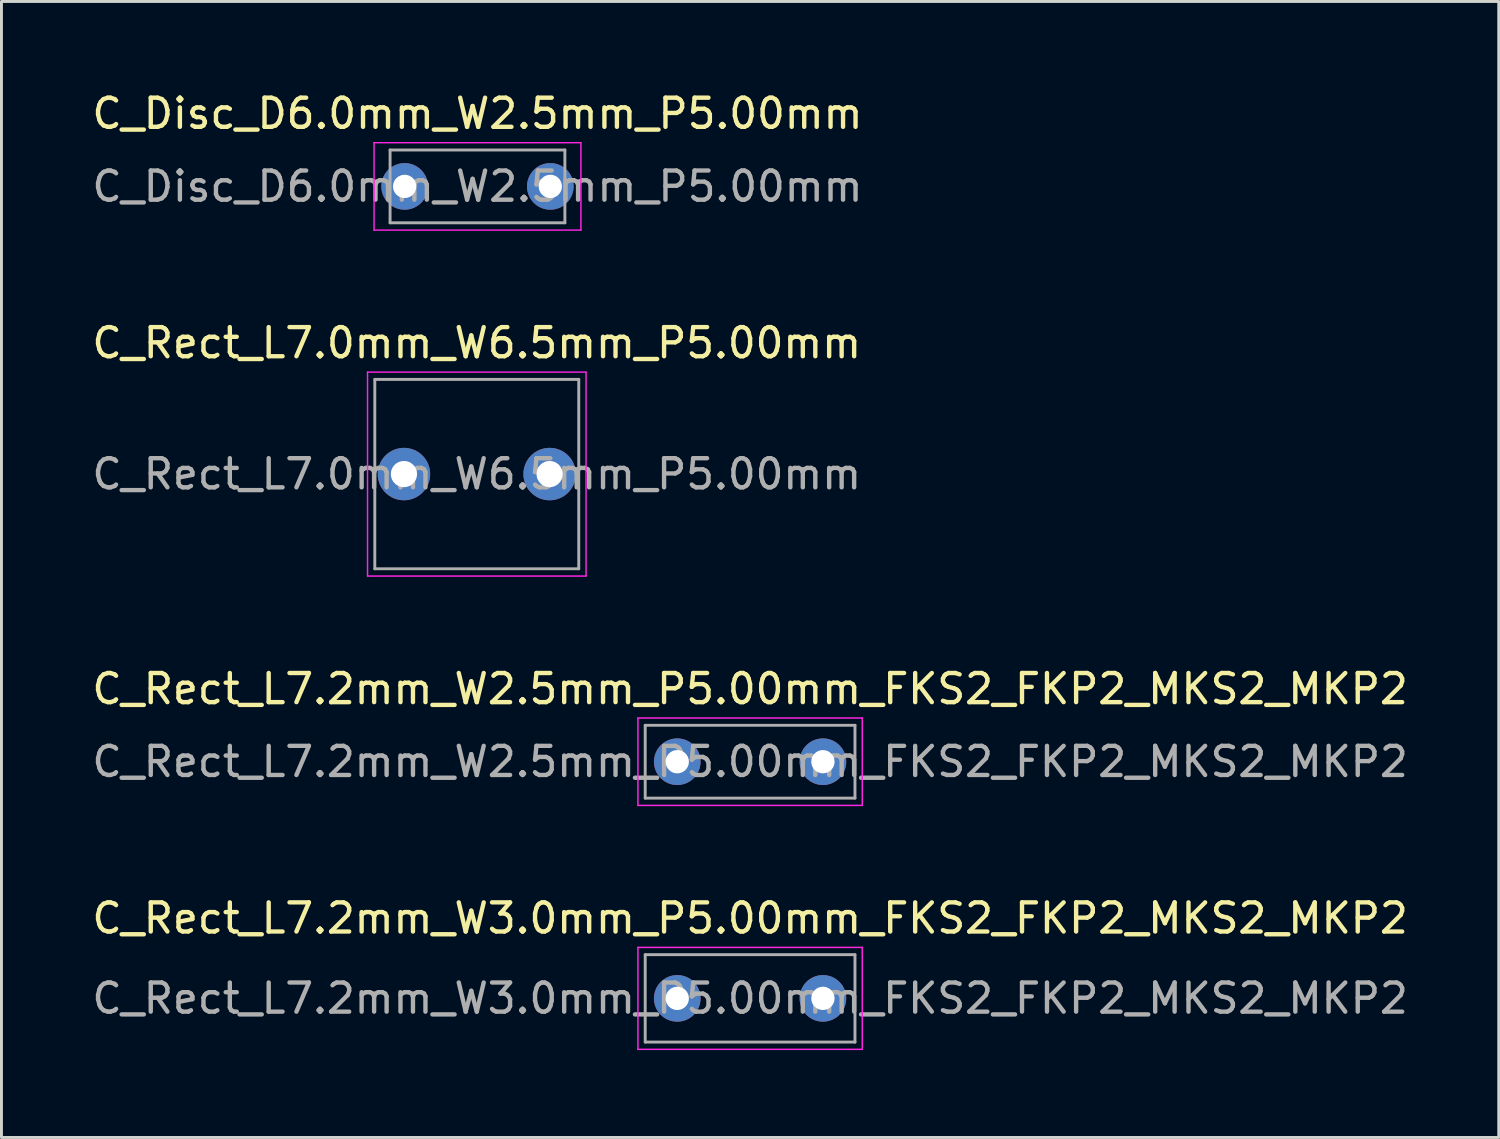
<source format=kicad_pcb>
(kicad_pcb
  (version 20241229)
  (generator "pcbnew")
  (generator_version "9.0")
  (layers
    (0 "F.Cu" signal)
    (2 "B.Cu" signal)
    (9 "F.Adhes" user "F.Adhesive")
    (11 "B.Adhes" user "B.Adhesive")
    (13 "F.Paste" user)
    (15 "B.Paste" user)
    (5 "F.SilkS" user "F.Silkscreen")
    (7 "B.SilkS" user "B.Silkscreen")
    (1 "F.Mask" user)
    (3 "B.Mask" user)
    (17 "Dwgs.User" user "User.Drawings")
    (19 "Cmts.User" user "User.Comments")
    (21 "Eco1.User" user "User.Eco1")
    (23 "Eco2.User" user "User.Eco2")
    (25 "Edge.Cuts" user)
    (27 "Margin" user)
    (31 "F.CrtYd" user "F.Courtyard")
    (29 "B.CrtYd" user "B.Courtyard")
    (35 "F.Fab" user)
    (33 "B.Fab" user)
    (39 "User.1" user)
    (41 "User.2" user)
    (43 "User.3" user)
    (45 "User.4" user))
  (footprint "C_Rect_L7.2mm_W3.0mm_P5.00mm_FKS2_FKP2_MKS2_MKP2"
    (layer "F.Cu")
    (at 20.196 31.218)
    (property "Reference" "C_Rect_L7.2mm_W3.0mm_P5.00mm_FKS2_FKP2_MKS2_MKP2" (at 2.5 -2.75 0) (layer "F.SilkS") (effects (font (size 1 1) (thickness 0.15))))
    (attr through_hole)
    (fp_line (start -1.35 -1.75) (end -1.35 1.75) (stroke (width 0.05) (type solid)) (layer "F.CrtYd"))
    (fp_line (start -1.35 1.75) (end 6.35 1.75) (stroke (width 0.05) (type solid)) (layer "F.CrtYd"))
    (fp_line (start 6.35 -1.75) (end -1.35 -1.75) (stroke (width 0.05) (type solid)) (layer "F.CrtYd"))
    (fp_line (start 6.35 1.75) (end 6.35 -1.75) (stroke (width 0.05) (type solid)) (layer "F.CrtYd"))
    (fp_line (start -1.1 -1.5) (end -1.1 1.5) (stroke (width 0.1) (type solid)) (layer "F.Fab"))
    (fp_line (start -1.1 1.5) (end 6.1 1.5) (stroke (width 0.1) (type solid)) (layer "F.Fab"))
    (fp_line (start 6.1 -1.5) (end -1.1 -1.5) (stroke (width 0.1) (type solid)) (layer "F.Fab"))
    (fp_line (start 6.1 1.5) (end 6.1 -1.5) (stroke (width 0.1) (type solid)) (layer "F.Fab"))
    (fp_text user "${REFERENCE}" (at 2.5 0 0) (layer "F.Fab") (effects (font (size 1 1) (thickness 0.15))))
    (pad "1" thru_hole circle (at 0 0) (size 1.6 1.6) (drill 0.8) (layers "*.Cu" "*.Mask"))
    (pad "2" thru_hole circle (at 5 0) (size 1.6 1.6) (drill 0.8) (layers "*.Cu" "*.Mask")))
  (footprint "C_Rect_L7.0mm_W6.5mm_P5.00mm"
    (layer "F.Cu")
    (at 10.815 13.222)
    (property "Reference" "C_Rect_L7.0mm_W6.5mm_P5.00mm" (at 2.5 -4.5 0) (layer "F.SilkS") (effects (font (size 1 1) (thickness 0.15))))
    (attr through_hole)
    (fp_line (start -1.25 -3.5) (end -1.25 3.5) (stroke (width 0.05) (type solid)) (layer "F.CrtYd"))
    (fp_line (start -1.25 3.5) (end 6.25 3.5) (stroke (width 0.05) (type solid)) (layer "F.CrtYd"))
    (fp_line (start 6.25 -3.5) (end -1.25 -3.5) (stroke (width 0.05) (type solid)) (layer "F.CrtYd"))
    (fp_line (start 6.25 3.5) (end 6.25 -3.5) (stroke (width 0.05) (type solid)) (layer "F.CrtYd"))
    (fp_line (start -1 -3.25) (end -1 3.25) (stroke (width 0.1) (type solid)) (layer "F.Fab"))
    (fp_line (start -1 3.25) (end 6 3.25) (stroke (width 0.1) (type solid)) (layer "F.Fab"))
    (fp_line (start 6 -3.25) (end -1 -3.25) (stroke (width 0.1) (type solid)) (layer "F.Fab"))
    (fp_line (start 6 3.25) (end 6 -3.25) (stroke (width 0.1) (type solid)) (layer "F.Fab"))
    (fp_text user "${REFERENCE}" (at 2.5 0 0) (layer "F.Fab") (effects (font (size 1 1) (thickness 0.15))))
    (pad "1" thru_hole circle (at 0 0) (size 1.8 1.8) (drill 0.9) (layers "*.Cu" "*.Mask"))
    (pad "2" thru_hole circle (at 5 0) (size 1.8 1.8) (drill 0.9) (layers "*.Cu" "*.Mask")))
  (footprint "C_Disc_D6.0mm_W2.5mm_P5.00mm"
    (layer "F.Cu")
    (at 10.839 3.348)
    (property "Reference" "C_Disc_D6.0mm_W2.5mm_P5.00mm" (at 2.5 -2.5 0) (layer "F.SilkS") (effects (font (size 1 1) (thickness 0.15))))
    (attr through_hole)
    (fp_line (start -1.05 -1.5) (end -1.05 1.5) (stroke (width 0.05) (type solid)) (layer "F.CrtYd"))
    (fp_line (start -1.05 1.5) (end 6.05 1.5) (stroke (width 0.05) (type solid)) (layer "F.CrtYd"))
    (fp_line (start 6.05 -1.5) (end -1.05 -1.5) (stroke (width 0.05) (type solid)) (layer "F.CrtYd"))
    (fp_line (start 6.05 1.5) (end 6.05 -1.5) (stroke (width 0.05) (type solid)) (layer "F.CrtYd"))
    (fp_line (start -0.5 -1.25) (end -0.5 1.25) (stroke (width 0.1) (type solid)) (layer "F.Fab"))
    (fp_line (start -0.5 1.25) (end 5.5 1.25) (stroke (width 0.1) (type solid)) (layer "F.Fab"))
    (fp_line (start 5.5 -1.25) (end -0.5 -1.25) (stroke (width 0.1) (type solid)) (layer "F.Fab"))
    (fp_line (start 5.5 1.25) (end 5.5 -1.25) (stroke (width 0.1) (type solid)) (layer "F.Fab"))
    (fp_text user "${REFERENCE}" (at 2.5 0 0) (layer "F.Fab") (effects (font (size 1 1) (thickness 0.15))))
    (pad "1" thru_hole circle (at 0 0) (size 1.6 1.6) (drill 0.8) (layers "*.Cu" "*.Mask"))
    (pad "2" thru_hole circle (at 5 0) (size 1.6 1.6) (drill 0.8) (layers "*.Cu" "*.Mask")))
  (footprint "C_Rect_L7.2mm_W2.5mm_P5.00mm_FKS2_FKP2_MKS2_MKP2"
    (layer "F.Cu")
    (at 20.196 23.095)
    (property "Reference" "C_Rect_L7.2mm_W2.5mm_P5.00mm_FKS2_FKP2_MKS2_MKP2" (at 2.5 -2.5 0) (layer "F.SilkS") (effects (font (size 1 1) (thickness 0.15))))
    (attr through_hole)
    (fp_line (start -1.35 -1.5) (end -1.35 1.5) (stroke (width 0.05) (type solid)) (layer "F.CrtYd"))
    (fp_line (start -1.35 1.5) (end 6.35 1.5) (stroke (width 0.05) (type solid)) (layer "F.CrtYd"))
    (fp_line (start 6.35 -1.5) (end -1.35 -1.5) (stroke (width 0.05) (type solid)) (layer "F.CrtYd"))
    (fp_line (start 6.35 1.5) (end 6.35 -1.5) (stroke (width 0.05) (type solid)) (layer "F.CrtYd"))
    (fp_line (start -1.1 -1.25) (end -1.1 1.25) (stroke (width 0.1) (type solid)) (layer "F.Fab"))
    (fp_line (start -1.1 1.25) (end 6.1 1.25) (stroke (width 0.1) (type solid)) (layer "F.Fab"))
    (fp_line (start 6.1 -1.25) (end -1.1 -1.25) (stroke (width 0.1) (type solid)) (layer "F.Fab"))
    (fp_line (start 6.1 1.25) (end 6.1 -1.25) (stroke (width 0.1) (type solid)) (layer "F.Fab"))
    (fp_text user "${REFERENCE}" (at 2.5 0 0) (layer "F.Fab") (effects (font (size 1 1) (thickness 0.15))))
    (pad "1" thru_hole circle (at 0 0) (size 1.6 1.6) (drill 0.8) (layers "*.Cu" "*.Mask"))
    (pad "2" thru_hole circle (at 5 0) (size 1.6 1.6) (drill 0.8) (layers "*.Cu" "*.Mask")))
  (gr_rect
    (start -3 -3)
    (end 48.393 35.993)
    (stroke (width 0.1) (type default))
    (fill no)
    (layer "Edge.Cuts")))
</source>
